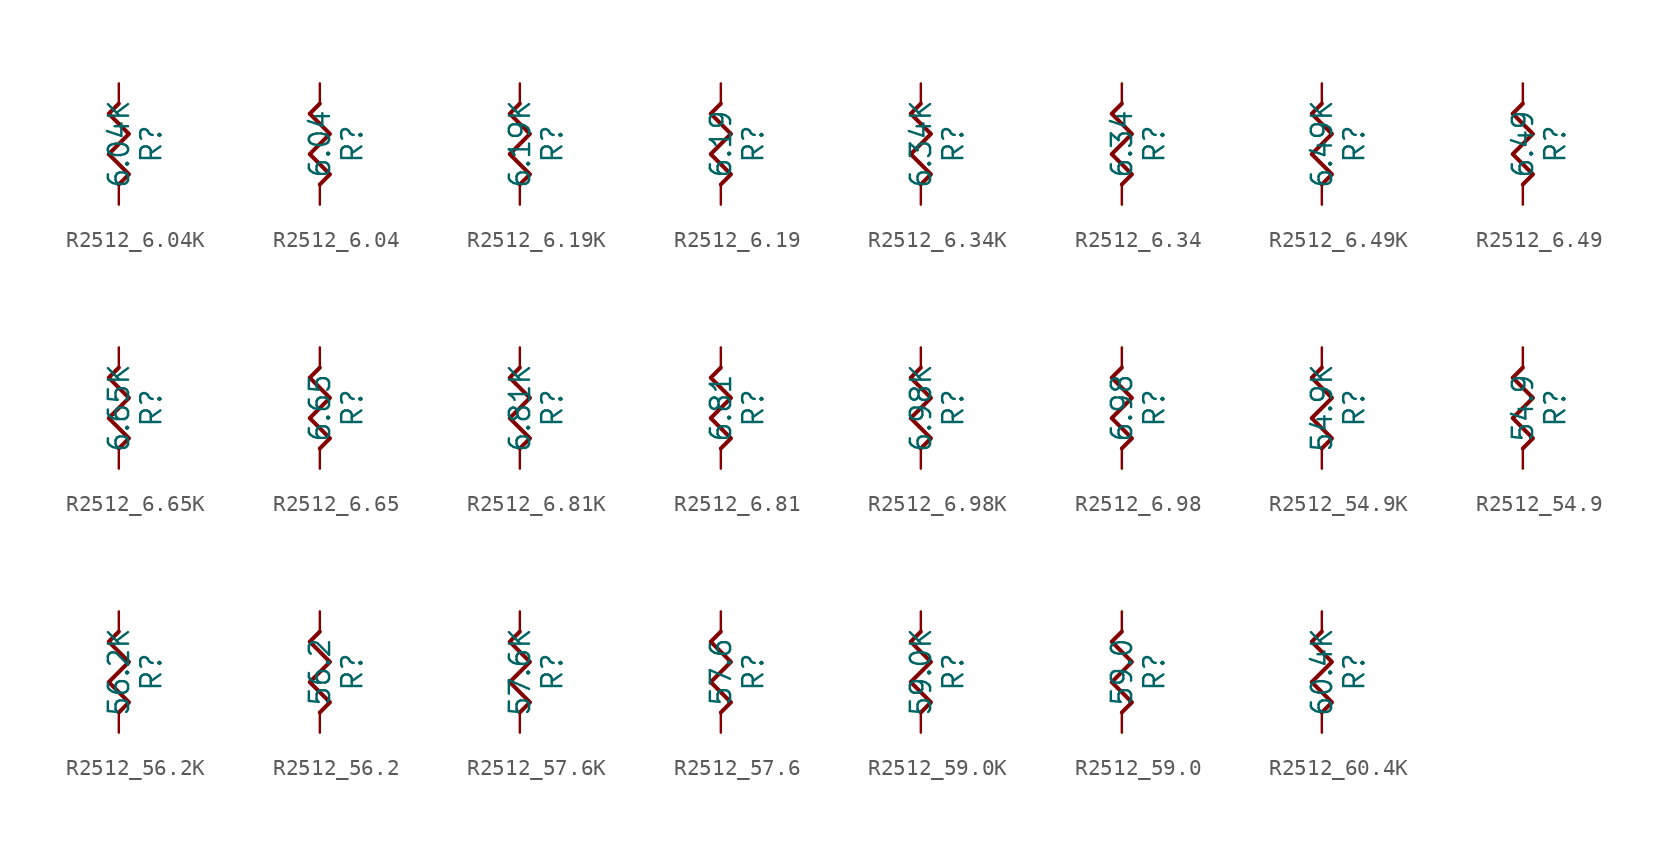
<source format=kicad_sym>
(kicad_symbol_lib
  (version 20211014)
  (generator atlantix-eda)
  (symbol "R2512_6.04K"
    (pin_numbers hide)
    (pin_names
      (offset 0))
    (property "Reference" "R"
      (at 2.032 0 90)
      (effects (font (size 1.27 1.27))))
    (property "Value" "6.04K"
      (at 0 0 90)
      (effects (font (size 1.27 1.27))))
    (symbol "R2512_6.04K_0_1"
      (polyline (pts (xy 0 -2.54) (xy 0.635 -1.905) (xy -0.635 -0.635) (xy 0.635 0.635) (xy -0.635 1.905) (xy 0 2.54)) (stroke (width 0.254) (type default) (color 0 0 0 0)) (fill (type none))))
    (symbol "R2512_6.04K_1_1"
      (pin passive line (at 0 3.81 270) (length 1.27) (name "~" (effects (font (size 1.27 1.27)))) (number "1" (effects (font (size 1.27 1.27)))))
      (pin passive line (at 0 -3.81 90) (length 1.27) (name "~" (effects (font (size 1.27 1.27)))) (number "2" (effects (font (size 1.27 1.27)))))))
  (symbol "R2512_6.04"
    (pin_numbers hide)
    (pin_names
      (offset 0))
    (property "Reference" "R"
      (at 2.032 0 90)
      (effects (font (size 1.27 1.27))))
    (property "Value" "6.04"
      (at 0 0 90)
      (effects (font (size 1.27 1.27))))
    (symbol "R2512_6.04_0_1"
      (polyline (pts (xy 0 -2.54) (xy 0.635 -1.905) (xy -0.635 -0.635) (xy 0.635 0.635) (xy -0.635 1.905) (xy 0 2.54)) (stroke (width 0.254) (type default) (color 0 0 0 0)) (fill (type none))))
    (symbol "R2512_6.04_1_1"
      (pin passive line (at 0 3.81 270) (length 1.27) (name "~" (effects (font (size 1.27 1.27)))) (number "1" (effects (font (size 1.27 1.27)))))
      (pin passive line (at 0 -3.81 90) (length 1.27) (name "~" (effects (font (size 1.27 1.27)))) (number "2" (effects (font (size 1.27 1.27)))))))
  (symbol "R2512_6.19K"
    (pin_numbers hide)
    (pin_names
      (offset 0))
    (property "Reference" "R"
      (at 2.032 0 90)
      (effects (font (size 1.27 1.27))))
    (property "Value" "6.19K"
      (at 0 0 90)
      (effects (font (size 1.27 1.27))))
    (symbol "R2512_6.19K_0_1"
      (polyline (pts (xy 0 -2.54) (xy 0.635 -1.905) (xy -0.635 -0.635) (xy 0.635 0.635) (xy -0.635 1.905) (xy 0 2.54)) (stroke (width 0.254) (type default) (color 0 0 0 0)) (fill (type none))))
    (symbol "R2512_6.19K_1_1"
      (pin passive line (at 0 3.81 270) (length 1.27) (name "~" (effects (font (size 1.27 1.27)))) (number "1" (effects (font (size 1.27 1.27)))))
      (pin passive line (at 0 -3.81 90) (length 1.27) (name "~" (effects (font (size 1.27 1.27)))) (number "2" (effects (font (size 1.27 1.27)))))))
  (symbol "R2512_6.19"
    (pin_numbers hide)
    (pin_names
      (offset 0))
    (property "Reference" "R"
      (at 2.032 0 90)
      (effects (font (size 1.27 1.27))))
    (property "Value" "6.19"
      (at 0 0 90)
      (effects (font (size 1.27 1.27))))
    (symbol "R2512_6.19_0_1"
      (polyline (pts (xy 0 -2.54) (xy 0.635 -1.905) (xy -0.635 -0.635) (xy 0.635 0.635) (xy -0.635 1.905) (xy 0 2.54)) (stroke (width 0.254) (type default) (color 0 0 0 0)) (fill (type none))))
    (symbol "R2512_6.19_1_1"
      (pin passive line (at 0 3.81 270) (length 1.27) (name "~" (effects (font (size 1.27 1.27)))) (number "1" (effects (font (size 1.27 1.27)))))
      (pin passive line (at 0 -3.81 90) (length 1.27) (name "~" (effects (font (size 1.27 1.27)))) (number "2" (effects (font (size 1.27 1.27)))))))
  (symbol "R2512_6.34K"
    (pin_numbers hide)
    (pin_names
      (offset 0))
    (property "Reference" "R"
      (at 2.032 0 90)
      (effects (font (size 1.27 1.27))))
    (property "Value" "6.34K"
      (at 0 0 90)
      (effects (font (size 1.27 1.27))))
    (symbol "R2512_6.34K_0_1"
      (polyline (pts (xy 0 -2.54) (xy 0.635 -1.905) (xy -0.635 -0.635) (xy 0.635 0.635) (xy -0.635 1.905) (xy 0 2.54)) (stroke (width 0.254) (type default) (color 0 0 0 0)) (fill (type none))))
    (symbol "R2512_6.34K_1_1"
      (pin passive line (at 0 3.81 270) (length 1.27) (name "~" (effects (font (size 1.27 1.27)))) (number "1" (effects (font (size 1.27 1.27)))))
      (pin passive line (at 0 -3.81 90) (length 1.27) (name "~" (effects (font (size 1.27 1.27)))) (number "2" (effects (font (size 1.27 1.27)))))))
  (symbol "R2512_6.34"
    (pin_numbers hide)
    (pin_names
      (offset 0))
    (property "Reference" "R"
      (at 2.032 0 90)
      (effects (font (size 1.27 1.27))))
    (property "Value" "6.34"
      (at 0 0 90)
      (effects (font (size 1.27 1.27))))
    (symbol "R2512_6.34_0_1"
      (polyline (pts (xy 0 -2.54) (xy 0.635 -1.905) (xy -0.635 -0.635) (xy 0.635 0.635) (xy -0.635 1.905) (xy 0 2.54)) (stroke (width 0.254) (type default) (color 0 0 0 0)) (fill (type none))))
    (symbol "R2512_6.34_1_1"
      (pin passive line (at 0 3.81 270) (length 1.27) (name "~" (effects (font (size 1.27 1.27)))) (number "1" (effects (font (size 1.27 1.27)))))
      (pin passive line (at 0 -3.81 90) (length 1.27) (name "~" (effects (font (size 1.27 1.27)))) (number "2" (effects (font (size 1.27 1.27)))))))
  (symbol "R2512_6.49K"
    (pin_numbers hide)
    (pin_names
      (offset 0))
    (property "Reference" "R"
      (at 2.032 0 90)
      (effects (font (size 1.27 1.27))))
    (property "Value" "6.49K"
      (at 0 0 90)
      (effects (font (size 1.27 1.27))))
    (symbol "R2512_6.49K_0_1"
      (polyline (pts (xy 0 -2.54) (xy 0.635 -1.905) (xy -0.635 -0.635) (xy 0.635 0.635) (xy -0.635 1.905) (xy 0 2.54)) (stroke (width 0.254) (type default) (color 0 0 0 0)) (fill (type none))))
    (symbol "R2512_6.49K_1_1"
      (pin passive line (at 0 3.81 270) (length 1.27) (name "~" (effects (font (size 1.27 1.27)))) (number "1" (effects (font (size 1.27 1.27)))))
      (pin passive line (at 0 -3.81 90) (length 1.27) (name "~" (effects (font (size 1.27 1.27)))) (number "2" (effects (font (size 1.27 1.27)))))))
  (symbol "R2512_6.49"
    (pin_numbers hide)
    (pin_names
      (offset 0))
    (property "Reference" "R"
      (at 2.032 0 90)
      (effects (font (size 1.27 1.27))))
    (property "Value" "6.49"
      (at 0 0 90)
      (effects (font (size 1.27 1.27))))
    (symbol "R2512_6.49_0_1"
      (polyline (pts (xy 0 -2.54) (xy 0.635 -1.905) (xy -0.635 -0.635) (xy 0.635 0.635) (xy -0.635 1.905) (xy 0 2.54)) (stroke (width 0.254) (type default) (color 0 0 0 0)) (fill (type none))))
    (symbol "R2512_6.49_1_1"
      (pin passive line (at 0 3.81 270) (length 1.27) (name "~" (effects (font (size 1.27 1.27)))) (number "1" (effects (font (size 1.27 1.27)))))
      (pin passive line (at 0 -3.81 90) (length 1.27) (name "~" (effects (font (size 1.27 1.27)))) (number "2" (effects (font (size 1.27 1.27)))))))
  (symbol "R2512_6.65K"
    (pin_numbers hide)
    (pin_names
      (offset 0))
    (property "Reference" "R"
      (at 2.032 0 90)
      (effects (font (size 1.27 1.27))))
    (property "Value" "6.65K"
      (at 0 0 90)
      (effects (font (size 1.27 1.27))))
    (symbol "R2512_6.65K_0_1"
      (polyline (pts (xy 0 -2.54) (xy 0.635 -1.905) (xy -0.635 -0.635) (xy 0.635 0.635) (xy -0.635 1.905) (xy 0 2.54)) (stroke (width 0.254) (type default) (color 0 0 0 0)) (fill (type none))))
    (symbol "R2512_6.65K_1_1"
      (pin passive line (at 0 3.81 270) (length 1.27) (name "~" (effects (font (size 1.27 1.27)))) (number "1" (effects (font (size 1.27 1.27)))))
      (pin passive line (at 0 -3.81 90) (length 1.27) (name "~" (effects (font (size 1.27 1.27)))) (number "2" (effects (font (size 1.27 1.27)))))))
  (symbol "R2512_6.65"
    (pin_numbers hide)
    (pin_names
      (offset 0))
    (property "Reference" "R"
      (at 2.032 0 90)
      (effects (font (size 1.27 1.27))))
    (property "Value" "6.65"
      (at 0 0 90)
      (effects (font (size 1.27 1.27))))
    (symbol "R2512_6.65_0_1"
      (polyline (pts (xy 0 -2.54) (xy 0.635 -1.905) (xy -0.635 -0.635) (xy 0.635 0.635) (xy -0.635 1.905) (xy 0 2.54)) (stroke (width 0.254) (type default) (color 0 0 0 0)) (fill (type none))))
    (symbol "R2512_6.65_1_1"
      (pin passive line (at 0 3.81 270) (length 1.27) (name "~" (effects (font (size 1.27 1.27)))) (number "1" (effects (font (size 1.27 1.27)))))
      (pin passive line (at 0 -3.81 90) (length 1.27) (name "~" (effects (font (size 1.27 1.27)))) (number "2" (effects (font (size 1.27 1.27)))))))
  (symbol "R2512_6.81K"
    (pin_numbers hide)
    (pin_names
      (offset 0))
    (property "Reference" "R"
      (at 2.032 0 90)
      (effects (font (size 1.27 1.27))))
    (property "Value" "6.81K"
      (at 0 0 90)
      (effects (font (size 1.27 1.27))))
    (symbol "R2512_6.81K_0_1"
      (polyline (pts (xy 0 -2.54) (xy 0.635 -1.905) (xy -0.635 -0.635) (xy 0.635 0.635) (xy -0.635 1.905) (xy 0 2.54)) (stroke (width 0.254) (type default) (color 0 0 0 0)) (fill (type none))))
    (symbol "R2512_6.81K_1_1"
      (pin passive line (at 0 3.81 270) (length 1.27) (name "~" (effects (font (size 1.27 1.27)))) (number "1" (effects (font (size 1.27 1.27)))))
      (pin passive line (at 0 -3.81 90) (length 1.27) (name "~" (effects (font (size 1.27 1.27)))) (number "2" (effects (font (size 1.27 1.27)))))))
  (symbol "R2512_6.81"
    (pin_numbers hide)
    (pin_names
      (offset 0))
    (property "Reference" "R"
      (at 2.032 0 90)
      (effects (font (size 1.27 1.27))))
    (property "Value" "6.81"
      (at 0 0 90)
      (effects (font (size 1.27 1.27))))
    (symbol "R2512_6.81_0_1"
      (polyline (pts (xy 0 -2.54) (xy 0.635 -1.905) (xy -0.635 -0.635) (xy 0.635 0.635) (xy -0.635 1.905) (xy 0 2.54)) (stroke (width 0.254) (type default) (color 0 0 0 0)) (fill (type none))))
    (symbol "R2512_6.81_1_1"
      (pin passive line (at 0 3.81 270) (length 1.27) (name "~" (effects (font (size 1.27 1.27)))) (number "1" (effects (font (size 1.27 1.27)))))
      (pin passive line (at 0 -3.81 90) (length 1.27) (name "~" (effects (font (size 1.27 1.27)))) (number "2" (effects (font (size 1.27 1.27)))))))
  (symbol "R2512_6.98K"
    (pin_numbers hide)
    (pin_names
      (offset 0))
    (property "Reference" "R"
      (at 2.032 0 90)
      (effects (font (size 1.27 1.27))))
    (property "Value" "6.98K"
      (at 0 0 90)
      (effects (font (size 1.27 1.27))))
    (symbol "R2512_6.98K_0_1"
      (polyline (pts (xy 0 -2.54) (xy 0.635 -1.905) (xy -0.635 -0.635) (xy 0.635 0.635) (xy -0.635 1.905) (xy 0 2.54)) (stroke (width 0.254) (type default) (color 0 0 0 0)) (fill (type none))))
    (symbol "R2512_6.98K_1_1"
      (pin passive line (at 0 3.81 270) (length 1.27) (name "~" (effects (font (size 1.27 1.27)))) (number "1" (effects (font (size 1.27 1.27)))))
      (pin passive line (at 0 -3.81 90) (length 1.27) (name "~" (effects (font (size 1.27 1.27)))) (number "2" (effects (font (size 1.27 1.27)))))))
  (symbol "R2512_6.98"
    (pin_numbers hide)
    (pin_names
      (offset 0))
    (property "Reference" "R"
      (at 2.032 0 90)
      (effects (font (size 1.27 1.27))))
    (property "Value" "6.98"
      (at 0 0 90)
      (effects (font (size 1.27 1.27))))
    (symbol "R2512_6.98_0_1"
      (polyline (pts (xy 0 -2.54) (xy 0.635 -1.905) (xy -0.635 -0.635) (xy 0.635 0.635) (xy -0.635 1.905) (xy 0 2.54)) (stroke (width 0.254) (type default) (color 0 0 0 0)) (fill (type none))))
    (symbol "R2512_6.98_1_1"
      (pin passive line (at 0 3.81 270) (length 1.27) (name "~" (effects (font (size 1.27 1.27)))) (number "1" (effects (font (size 1.27 1.27)))))
      (pin passive line (at 0 -3.81 90) (length 1.27) (name "~" (effects (font (size 1.27 1.27)))) (number "2" (effects (font (size 1.27 1.27)))))))
  (symbol "R2512_54.9K"
    (pin_numbers hide)
    (pin_names
      (offset 0))
    (property "Reference" "R"
      (at 2.032 0 90)
      (effects (font (size 1.27 1.27))))
    (property "Value" "54.9K"
      (at 0 0 90)
      (effects (font (size 1.27 1.27))))
    (symbol "R2512_54.9K_0_1"
      (polyline (pts (xy 0 -2.54) (xy 0.635 -1.905) (xy -0.635 -0.635) (xy 0.635 0.635) (xy -0.635 1.905) (xy 0 2.54)) (stroke (width 0.254) (type default) (color 0 0 0 0)) (fill (type none))))
    (symbol "R2512_54.9K_1_1"
      (pin passive line (at 0 3.81 270) (length 1.27) (name "~" (effects (font (size 1.27 1.27)))) (number "1" (effects (font (size 1.27 1.27)))))
      (pin passive line (at 0 -3.81 90) (length 1.27) (name "~" (effects (font (size 1.27 1.27)))) (number "2" (effects (font (size 1.27 1.27)))))))
  (symbol "R2512_54.9"
    (pin_numbers hide)
    (pin_names
      (offset 0))
    (property "Reference" "R"
      (at 2.032 0 90)
      (effects (font (size 1.27 1.27))))
    (property "Value" "54.9"
      (at 0 0 90)
      (effects (font (size 1.27 1.27))))
    (symbol "R2512_54.9_0_1"
      (polyline (pts (xy 0 -2.54) (xy 0.635 -1.905) (xy -0.635 -0.635) (xy 0.635 0.635) (xy -0.635 1.905) (xy 0 2.54)) (stroke (width 0.254) (type default) (color 0 0 0 0)) (fill (type none))))
    (symbol "R2512_54.9_1_1"
      (pin passive line (at 0 3.81 270) (length 1.27) (name "~" (effects (font (size 1.27 1.27)))) (number "1" (effects (font (size 1.27 1.27)))))
      (pin passive line (at 0 -3.81 90) (length 1.27) (name "~" (effects (font (size 1.27 1.27)))) (number "2" (effects (font (size 1.27 1.27)))))))
  (symbol "R2512_56.2K"
    (pin_numbers hide)
    (pin_names
      (offset 0))
    (property "Reference" "R"
      (at 2.032 0 90)
      (effects (font (size 1.27 1.27))))
    (property "Value" "56.2K"
      (at 0 0 90)
      (effects (font (size 1.27 1.27))))
    (symbol "R2512_56.2K_0_1"
      (polyline (pts (xy 0 -2.54) (xy 0.635 -1.905) (xy -0.635 -0.635) (xy 0.635 0.635) (xy -0.635 1.905) (xy 0 2.54)) (stroke (width 0.254) (type default) (color 0 0 0 0)) (fill (type none))))
    (symbol "R2512_56.2K_1_1"
      (pin passive line (at 0 3.81 270) (length 1.27) (name "~" (effects (font (size 1.27 1.27)))) (number "1" (effects (font (size 1.27 1.27)))))
      (pin passive line (at 0 -3.81 90) (length 1.27) (name "~" (effects (font (size 1.27 1.27)))) (number "2" (effects (font (size 1.27 1.27)))))))
  (symbol "R2512_56.2"
    (pin_numbers hide)
    (pin_names
      (offset 0))
    (property "Reference" "R"
      (at 2.032 0 90)
      (effects (font (size 1.27 1.27))))
    (property "Value" "56.2"
      (at 0 0 90)
      (effects (font (size 1.27 1.27))))
    (symbol "R2512_56.2_0_1"
      (polyline (pts (xy 0 -2.54) (xy 0.635 -1.905) (xy -0.635 -0.635) (xy 0.635 0.635) (xy -0.635 1.905) (xy 0 2.54)) (stroke (width 0.254) (type default) (color 0 0 0 0)) (fill (type none))))
    (symbol "R2512_56.2_1_1"
      (pin passive line (at 0 3.81 270) (length 1.27) (name "~" (effects (font (size 1.27 1.27)))) (number "1" (effects (font (size 1.27 1.27)))))
      (pin passive line (at 0 -3.81 90) (length 1.27) (name "~" (effects (font (size 1.27 1.27)))) (number "2" (effects (font (size 1.27 1.27)))))))
  (symbol "R2512_57.6K"
    (pin_numbers hide)
    (pin_names
      (offset 0))
    (property "Reference" "R"
      (at 2.032 0 90)
      (effects (font (size 1.27 1.27))))
    (property "Value" "57.6K"
      (at 0 0 90)
      (effects (font (size 1.27 1.27))))
    (symbol "R2512_57.6K_0_1"
      (polyline (pts (xy 0 -2.54) (xy 0.635 -1.905) (xy -0.635 -0.635) (xy 0.635 0.635) (xy -0.635 1.905) (xy 0 2.54)) (stroke (width 0.254) (type default) (color 0 0 0 0)) (fill (type none))))
    (symbol "R2512_57.6K_1_1"
      (pin passive line (at 0 3.81 270) (length 1.27) (name "~" (effects (font (size 1.27 1.27)))) (number "1" (effects (font (size 1.27 1.27)))))
      (pin passive line (at 0 -3.81 90) (length 1.27) (name "~" (effects (font (size 1.27 1.27)))) (number "2" (effects (font (size 1.27 1.27)))))))
  (symbol "R2512_57.6"
    (pin_numbers hide)
    (pin_names
      (offset 0))
    (property "Reference" "R"
      (at 2.032 0 90)
      (effects (font (size 1.27 1.27))))
    (property "Value" "57.6"
      (at 0 0 90)
      (effects (font (size 1.27 1.27))))
    (symbol "R2512_57.6_0_1"
      (polyline (pts (xy 0 -2.54) (xy 0.635 -1.905) (xy -0.635 -0.635) (xy 0.635 0.635) (xy -0.635 1.905) (xy 0 2.54)) (stroke (width 0.254) (type default) (color 0 0 0 0)) (fill (type none))))
    (symbol "R2512_57.6_1_1"
      (pin passive line (at 0 3.81 270) (length 1.27) (name "~" (effects (font (size 1.27 1.27)))) (number "1" (effects (font (size 1.27 1.27)))))
      (pin passive line (at 0 -3.81 90) (length 1.27) (name "~" (effects (font (size 1.27 1.27)))) (number "2" (effects (font (size 1.27 1.27)))))))
  (symbol "R2512_59.0K"
    (pin_numbers hide)
    (pin_names
      (offset 0))
    (property "Reference" "R"
      (at 2.032 0 90)
      (effects (font (size 1.27 1.27))))
    (property "Value" "59.0K"
      (at 0 0 90)
      (effects (font (size 1.27 1.27))))
    (symbol "R2512_59.0K_0_1"
      (polyline (pts (xy 0 -2.54) (xy 0.635 -1.905) (xy -0.635 -0.635) (xy 0.635 0.635) (xy -0.635 1.905) (xy 0 2.54)) (stroke (width 0.254) (type default) (color 0 0 0 0)) (fill (type none))))
    (symbol "R2512_59.0K_1_1"
      (pin passive line (at 0 3.81 270) (length 1.27) (name "~" (effects (font (size 1.27 1.27)))) (number "1" (effects (font (size 1.27 1.27)))))
      (pin passive line (at 0 -3.81 90) (length 1.27) (name "~" (effects (font (size 1.27 1.27)))) (number "2" (effects (font (size 1.27 1.27)))))))
  (symbol "R2512_59.0"
    (pin_numbers hide)
    (pin_names
      (offset 0))
    (property "Reference" "R"
      (at 2.032 0 90)
      (effects (font (size 1.27 1.27))))
    (property "Value" "59.0"
      (at 0 0 90)
      (effects (font (size 1.27 1.27))))
    (symbol "R2512_59.0_0_1"
      (polyline (pts (xy 0 -2.54) (xy 0.635 -1.905) (xy -0.635 -0.635) (xy 0.635 0.635) (xy -0.635 1.905) (xy 0 2.54)) (stroke (width 0.254) (type default) (color 0 0 0 0)) (fill (type none))))
    (symbol "R2512_59.0_1_1"
      (pin passive line (at 0 3.81 270) (length 1.27) (name "~" (effects (font (size 1.27 1.27)))) (number "1" (effects (font (size 1.27 1.27)))))
      (pin passive line (at 0 -3.81 90) (length 1.27) (name "~" (effects (font (size 1.27 1.27)))) (number "2" (effects (font (size 1.27 1.27)))))))
  (symbol "R2512_60.4K"
    (pin_numbers hide)
    (pin_names
      (offset 0))
    (property "Reference" "R"
      (at 2.032 0 90)
      (effects (font (size 1.27 1.27))))
    (property "Value" "60.4K"
      (at 0 0 90)
      (effects (font (size 1.27 1.27))))
    (symbol "R2512_60.4K_0_1"
      (polyline (pts (xy 0 -2.54) (xy 0.635 -1.905) (xy -0.635 -0.635) (xy 0.635 0.635) (xy -0.635 1.905) (xy 0 2.54)) (stroke (width 0.254) (type default) (color 0 0 0 0)) (fill (type none))))
    (symbol "R2512_60.4K_1_1"
      (pin passive line (at 0 3.81 270) (length 1.27) (name "~" (effects (font (size 1.27 1.27)))) (number "1" (effects (font (size 1.27 1.27)))))
      (pin passive line (at 0 -3.81 90) (length 1.27) (name "~" (effects (font (size 1.27 1.27)))) (number "2" (effects (font (size 1.27 1.27))))))))
</source>
